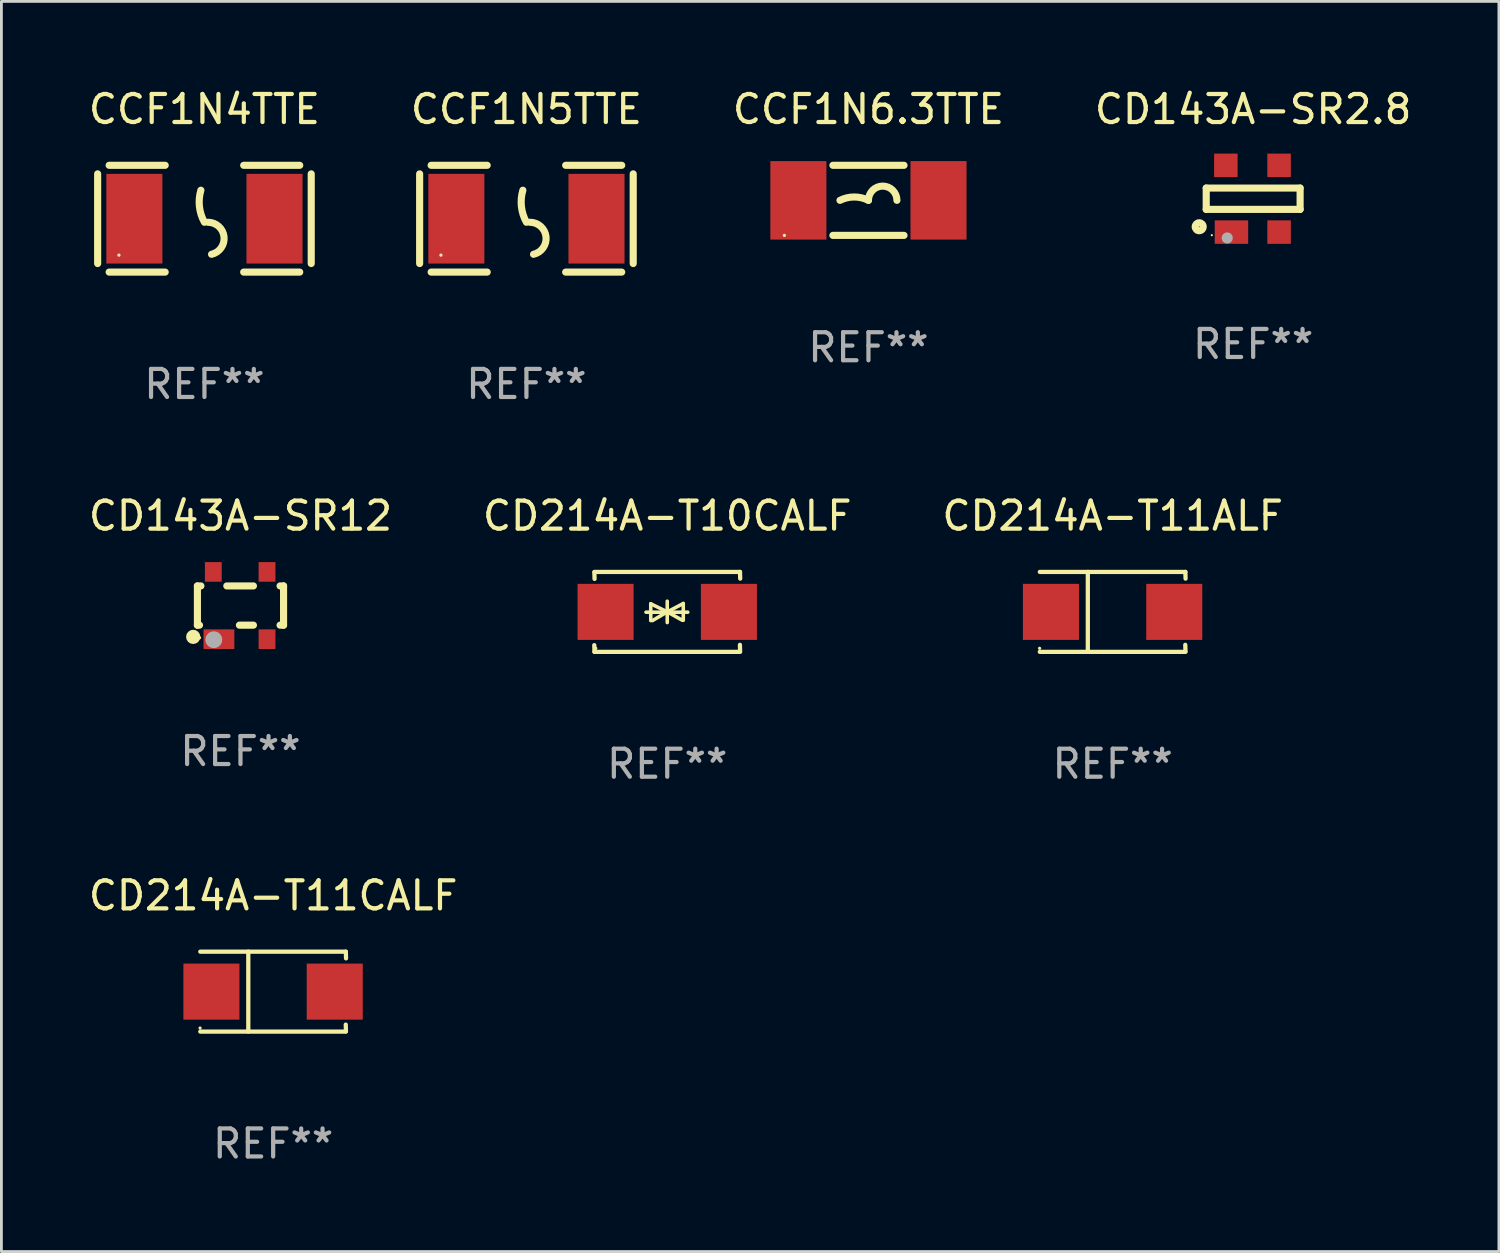
<source format=kicad_pcb>
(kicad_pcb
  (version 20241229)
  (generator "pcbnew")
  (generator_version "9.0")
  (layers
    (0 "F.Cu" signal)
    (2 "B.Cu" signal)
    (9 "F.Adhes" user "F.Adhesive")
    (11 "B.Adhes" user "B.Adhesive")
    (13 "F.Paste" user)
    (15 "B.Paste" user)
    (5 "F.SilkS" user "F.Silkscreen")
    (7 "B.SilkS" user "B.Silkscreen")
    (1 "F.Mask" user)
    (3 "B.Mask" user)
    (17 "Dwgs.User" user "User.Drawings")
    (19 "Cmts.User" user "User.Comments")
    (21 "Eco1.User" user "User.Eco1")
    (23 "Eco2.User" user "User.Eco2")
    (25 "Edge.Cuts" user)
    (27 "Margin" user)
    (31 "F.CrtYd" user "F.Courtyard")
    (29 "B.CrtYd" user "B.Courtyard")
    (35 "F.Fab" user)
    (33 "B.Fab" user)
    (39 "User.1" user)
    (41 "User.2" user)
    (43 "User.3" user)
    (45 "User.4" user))
  (footprint "CD214A-T11CALF"
    (layer "F.Cu")
    (at 6.696 32.33)
    (property "Reference" "CD214A-T11CALF" (at 0 -3.426 0) (layer "F.SilkS") (effects (font (size 1 1) (thickness 0.15))))
    (attr through_hole)
    (fp_line (start -2.6 -1.426) (end 2.593 -1.426) (stroke (width 0.152) (type solid)) (layer "F.SilkS"))
    (fp_line (start -2.6 1.426) (end 2.593 1.426) (stroke (width 0.152) (type solid)) (layer "F.SilkS"))
    (fp_line (start -0.887 -1.426) (end -0.887 1.426) (stroke (width 0.152) (type solid)) (layer "F.SilkS"))
    (fp_line (start 2.59 1.176) (end 2.597 1.415) (stroke (width 0.152) (type solid)) (layer "F.SilkS"))
    (fp_line (start 2.593 -1.426) (end 2.6 -1.187) (stroke (width 0.152) (type solid)) (layer "F.SilkS"))
    (fp_circle (center -2.608 1.3) (end -2.578 1.3) (stroke (width 0.06) (type solid)) (fill no) (layer "F.SilkS"))
    (fp_text user "REF**" (at 0 5.426 0) (layer "F.Fab") (effects (font (size 1 1) (thickness 0.15))))
    (pad "1" smd rect (at -2.203 0 180) (size 2 2) (layers "F.Cu" "F.Mask" "F.Paste"))
    (pad "2" smd rect (at 2.197 0 180) (size 2 2) (layers "F.Cu" "F.Mask" "F.Paste")))
  (footprint "CD143A-SR2.8"
    (layer "F.Cu")
    (at 41.661 4.04)
    (property "Reference" "CD143A-SR2.8" (at 0 -3.191 0) (layer "F.SilkS") (effects (font (size 1 1) (thickness 0.15))))
    (attr through_hole)
    (fp_line (start -1.675 -0.38) (end -1.675 0.38) (stroke (width 0.254) (type solid)) (layer "F.SilkS"))
    (fp_line (start -1.675 -0.38) (end 1.675 -0.38) (stroke (width 0.254) (type solid)) (layer "F.SilkS"))
    (fp_line (start -1.675 0.38) (end 1.675 0.38) (stroke (width 0.254) (type solid)) (layer "F.SilkS"))
    (fp_line (start 1.675 -0.38) (end 1.675 0.38) (stroke (width 0.254) (type solid)) (layer "F.SilkS"))
    (fp_circle (center -1.925 1) (end -1.783 1) (stroke (width 0.254) (type solid)) (fill no) (layer "F.SilkS"))
    (fp_circle (center -1.475 1.3) (end -1.455 1.3) (stroke (width 0.04) (type solid)) (fill no) (layer "F.SilkS"))
    (fp_circle (center -0.925 1.4) (end -0.825 1.4) (stroke (width 0.2) (type solid)) (fill no) (layer "F.Fab"))
    (fp_text user "REF**" (at 0 5.191 0) (layer "F.Fab") (effects (font (size 1 1) (thickness 0.15))))
    (pad "1" smd rect (at -0.775 1.191) (size 1.194 0.838) (layers "F.Cu" "F.Mask" "F.Paste"))
    (pad "2" smd rect (at 0.925 1.191) (size 0.838 0.838) (layers "F.Cu" "F.Mask" "F.Paste"))
    (pad "3" smd rect (at 0.925 -1.191) (size 0.838 0.838) (layers "F.Cu" "F.Mask" "F.Paste"))
    (pad "4" smd rect (at -0.975 -1.191) (size 0.838 0.838) (layers "F.Cu" "F.Mask" "F.Paste")))
  (footprint "CCF1N4TTE"
    (layer "F.Cu")
    (at 4.244 4.753)
    (property "Reference" "CCF1N4TTE" (at 0 -3.905 0) (layer "F.SilkS") (effects (font (size 1 1) (thickness 0.15))))
    (attr through_hole)
    (fp_line (start -3.81 -1.6) (end -3.81 1.6) (stroke (width 0.254) (type solid)) (layer "F.SilkS"))
    (fp_line (start -3.4 -1.905) (end -1.4 -1.905) (stroke (width 0.254) (type solid)) (layer "F.SilkS"))
    (fp_line (start -3.4 1.905) (end -1.4 1.905) (stroke (width 0.254) (type solid)) (layer "F.SilkS"))
    (fp_line (start 1.4 -1.905) (end 3.4 -1.905) (stroke (width 0.254) (type solid)) (layer "F.SilkS"))
    (fp_line (start 1.4 1.905) (end 3.4 1.905) (stroke (width 0.254) (type solid)) (layer "F.SilkS"))
    (fp_line (start 3.81 -1.6) (end 3.81 1.6) (stroke (width 0.254) (type solid)) (layer "F.SilkS"))
    (fp_arc (start 0 0.127) (mid -0.178599 -0.431712) (end -0.127 -1.016002) (stroke (width 0.254001) (type solid)) (layer "F.SilkS"))
    (fp_arc (start 0.126999 0.127) (mid 0.698883 0.642014) (end 0.254001 1.270003) (stroke (width 0.254001) (type solid)) (layer "F.SilkS"))
    (fp_circle (center -3.05 1.3) (end -3.02 1.3) (stroke (width 0.06) (type solid)) (fill no) (layer "F.SilkS"))
    (fp_text user "REF**" (at 0 5.905 0) (layer "F.Fab") (effects (font (size 1 1) (thickness 0.15))))
    (pad "1" smd rect (at -2.5 0) (size 2 3.2) (layers "F.Cu" "F.Mask" "F.Paste"))
    (pad "2" smd rect (at 2.5 0) (size 2 3.2) (layers "F.Cu" "F.Mask" "F.Paste")))
  (footprint "CD143A-SR12"
    (layer "F.Cu")
    (at 5.53 18.555)
    (property "Reference" "CD143A-SR12" (at 0 -3.2 0) (layer "F.SilkS") (effects (font (size 1 1) (thickness 0.15))))
    (attr through_hole)
    (fp_line (start -1.537 -0.7) (end -1.412 -0.7) (stroke (width 0.254) (type solid)) (layer "F.SilkS"))
    (fp_line (start -1.537 0.7) (end -1.537 -0.7) (stroke (width 0.254) (type solid)) (layer "F.SilkS"))
    (fp_line (start -1.537 0.7) (end -1.462 0.7) (stroke (width 0.254) (type solid)) (layer "F.SilkS"))
    (fp_line (start -0.488 -0.7) (end 0.462 -0.7) (stroke (width 0.254) (type solid)) (layer "F.SilkS"))
    (fp_line (start -0.038 0.7) (end 0.462 0.7) (stroke (width 0.254) (type solid)) (layer "F.SilkS"))
    (fp_line (start 1.412 -0.7) (end 1.537 -0.7) (stroke (width 0.254) (type solid)) (layer "F.SilkS"))
    (fp_line (start 1.412 0.7) (end 1.537 0.7) (stroke (width 0.254) (type solid)) (layer "F.SilkS"))
    (fp_line (start 1.537 0.7) (end 1.537 -0.7) (stroke (width 0.254) (type solid)) (layer "F.SilkS"))
    (fp_circle (center -1.687 1.118) (end -1.56 1.118) (stroke (width 0.254) (type solid)) (fill no) (layer "F.SilkS"))
    (fp_circle (center -1.461 1.15) (end -1.431 1.15) (stroke (width 0.06) (type solid)) (fill no) (layer "F.SilkS"))
    (fp_circle (center -0.951 1.219) (end -0.801 1.219) (stroke (width 0.3) (type solid)) (fill no) (layer "F.Fab"))
    (fp_text user "REF**" (at 0 5.2 0) (layer "F.Fab") (effects (font (size 1 1) (thickness 0.15))))
    (pad "1" smd rect (at -0.769 1.2) (size 1.1 0.7) (layers "F.Cu" "F.Mask" "F.Paste"))
    (pad "2" smd rect (at 0.947 1.2) (size 0.6 0.7) (layers "F.Cu" "F.Mask" "F.Paste"))
    (pad "3" smd rect (at 0.947 -1.2) (size 0.6 0.7) (layers "F.Cu" "F.Mask" "F.Paste"))
    (pad "4" smd rect (at -0.969 -1.2) (size 0.6 0.7) (layers "F.Cu" "F.Mask" "F.Paste")))
  (footprint "CCF1N5TTE"
    (layer "F.Cu")
    (at 15.732 4.753)
    (property "Reference" "CCF1N5TTE" (at 0 -3.905 0) (layer "F.SilkS") (effects (font (size 1 1) (thickness 0.15))))
    (attr through_hole)
    (fp_line (start -3.81 -1.6) (end -3.81 1.6) (stroke (width 0.254) (type solid)) (layer "F.SilkS"))
    (fp_line (start -3.4 -1.905) (end -1.4 -1.905) (stroke (width 0.254) (type solid)) (layer "F.SilkS"))
    (fp_line (start -3.4 1.905) (end -1.4 1.905) (stroke (width 0.254) (type solid)) (layer "F.SilkS"))
    (fp_line (start 1.4 -1.905) (end 3.4 -1.905) (stroke (width 0.254) (type solid)) (layer "F.SilkS"))
    (fp_line (start 1.4 1.905) (end 3.4 1.905) (stroke (width 0.254) (type solid)) (layer "F.SilkS"))
    (fp_line (start 3.81 -1.6) (end 3.81 1.6) (stroke (width 0.254) (type solid)) (layer "F.SilkS"))
    (fp_arc (start 0 0.127) (mid -0.178599 -0.431712) (end -0.127 -1.016002) (stroke (width 0.254001) (type solid)) (layer "F.SilkS"))
    (fp_arc (start 0.126999 0.127) (mid 0.698883 0.642014) (end 0.254001 1.270003) (stroke (width 0.254001) (type solid)) (layer "F.SilkS"))
    (fp_circle (center -3.05 1.3) (end -3.02 1.3) (stroke (width 0.06) (type solid)) (fill no) (layer "F.SilkS"))
    (fp_text user "REF**" (at 0 5.905 0) (layer "F.Fab") (effects (font (size 1 1) (thickness 0.15))))
    (pad "1" smd rect (at -2.5 0) (size 2 3.2) (layers "F.Cu" "F.Mask" "F.Paste"))
    (pad "2" smd rect (at 2.5 0) (size 2 3.2) (layers "F.Cu" "F.Mask" "F.Paste")))
  (footprint "CD214A-T10CALF"
    (layer "F.Cu")
    (at 20.756 18.781)
    (property "Reference" "CD214A-T10CALF" (at 0 -3.426 0) (layer "F.SilkS") (effects (font (size 1 1) (thickness 0.15))))
    (attr through_hole)
    (fp_line (start -2.596 -1.426) (end 2.596 -1.426) (stroke (width 0.152) (type solid)) (layer "F.SilkS"))
    (fp_line (start -2.596 1.426) (end -2.603 1.187) (stroke (width 0.152) (type solid)) (layer "F.SilkS"))
    (fp_line (start -2.596 1.426) (end 2.596 1.426) (stroke (width 0.152) (type solid)) (layer "F.SilkS"))
    (fp_line (start -2.593 -1.176) (end -2.6 -1.415) (stroke (width 0.152) (type solid)) (layer "F.SilkS"))
    (fp_line (start -0.758 0.011) (end 0.732 0.011) (stroke (width 0.127) (type solid)) (layer "F.SilkS"))
    (fp_line (start -0.588 -0.289) (end -0.588 0.311) (stroke (width 0.127) (type solid)) (layer "F.SilkS"))
    (fp_line (start -0.588 -0.289) (end 0 0) (stroke (width 0.127) (type solid)) (layer "F.SilkS"))
    (fp_line (start -0.528 0.311) (end 0 0) (stroke (width 0.127) (type solid)) (layer "F.SilkS"))
    (fp_line (start 0 0) (end 0 -0.381) (stroke (width 0.127) (type solid)) (layer "F.SilkS"))
    (fp_line (start 0 0) (end 0 0.381) (stroke (width 0.127) (type solid)) (layer "F.SilkS"))
    (fp_line (start 0.542 0.301) (end 0 0) (stroke (width 0.127) (type solid)) (layer "F.SilkS"))
    (fp_line (start 0.572 -0.299) (end 0 0) (stroke (width 0.127) (type solid)) (layer "F.SilkS"))
    (fp_line (start 0.572 -0.299) (end 0.572 0.301) (stroke (width 0.127) (type solid)) (layer "F.SilkS"))
    (fp_line (start 2.593 1.176) (end 2.6 1.415) (stroke (width 0.152) (type solid)) (layer "F.SilkS"))
    (fp_line (start 2.596 -1.426) (end 2.603 -1.187) (stroke (width 0.152) (type solid)) (layer "F.SilkS"))
    (fp_circle (center -2.55 1.3) (end -2.52 1.3) (stroke (width 0.06) (type solid)) (fill no) (layer "F.SilkS"))
    (fp_text user "REF**" (at 0 5.426 0) (layer "F.Fab") (effects (font (size 1 1) (thickness 0.15))))
    (pad "1" smd rect (at -2.2 0 180) (size 2 2) (layers "F.Cu" "F.Mask" "F.Paste"))
    (pad "2" smd rect (at 2.2 0 180) (size 2 2) (layers "F.Cu" "F.Mask" "F.Paste")))
  (footprint "CCF1N6.3TTE"
    (layer "F.Cu")
    (at 27.935 4.098)
    (property "Reference" "CCF1N6.3TTE" (at 0 -3.25 0) (layer "F.SilkS") (effects (font (size 1 1) (thickness 0.15))))
    (attr through_hole)
    (fp_line (start -1.269 -1.25) (end 1.269 -1.25) (stroke (width 0.254) (type solid)) (layer "F.SilkS"))
    (fp_line (start -1.269 1.25) (end 1.269 1.25) (stroke (width 0.254) (type solid)) (layer "F.SilkS"))
    (fp_arc (start -1.016002 0) (mid -0.508001 -0.119923) (end 0 0) (stroke (width 0.254001) (type solid)) (layer "F.SilkS"))
    (fp_arc (start 0 0) (mid 0.508001 -0.508001) (end 1.016002 0) (stroke (width 0.254001) (type solid)) (layer "F.SilkS"))
    (fp_circle (center -3 1.25) (end -2.97 1.25) (stroke (width 0.06) (type solid)) (fill no) (layer "F.SilkS"))
    (fp_text user "REF**" (at 0 5.25 0) (layer "F.Fab") (effects (font (size 1 1) (thickness 0.15))))
    (pad "1" smd rect (at -2.5 0) (size 2 2.8) (layers "F.Cu" "F.Mask" "F.Paste"))
    (pad "2" smd rect (at 2.5 0) (size 2 2.8) (layers "F.Cu" "F.Mask" "F.Paste")))
  (footprint "CD214A-T11ALF"
    (layer "F.Cu")
    (at 36.649 18.781)
    (property "Reference" "CD214A-T11ALF" (at 0 -3.426 0) (layer "F.SilkS") (effects (font (size 1 1) (thickness 0.15))))
    (attr through_hole)
    (fp_line (start -2.6 -1.426) (end 2.593 -1.426) (stroke (width 0.152) (type solid)) (layer "F.SilkS"))
    (fp_line (start -2.6 1.426) (end 2.593 1.426) (stroke (width 0.152) (type solid)) (layer "F.SilkS"))
    (fp_line (start -0.887 -1.426) (end -0.887 1.426) (stroke (width 0.152) (type solid)) (layer "F.SilkS"))
    (fp_line (start 2.59 1.176) (end 2.597 1.415) (stroke (width 0.152) (type solid)) (layer "F.SilkS"))
    (fp_line (start 2.593 -1.426) (end 2.6 -1.187) (stroke (width 0.152) (type solid)) (layer "F.SilkS"))
    (fp_circle (center -2.608 1.3) (end -2.578 1.3) (stroke (width 0.06) (type solid)) (fill no) (layer "F.SilkS"))
    (fp_text user "REF**" (at 0 5.426 0) (layer "F.Fab") (effects (font (size 1 1) (thickness 0.15))))
    (pad "1" smd rect (at -2.203 0 180) (size 2 2) (layers "F.Cu" "F.Mask" "F.Paste"))
    (pad "2" smd rect (at 2.197 0 180) (size 2 2) (layers "F.Cu" "F.Mask" "F.Paste")))
  (gr_rect
    (start -3 -3)
    (end 50.429 41.604)
    (stroke (width 0.1) (type default))
    (fill no)
    (layer "Edge.Cuts")))
</source>
